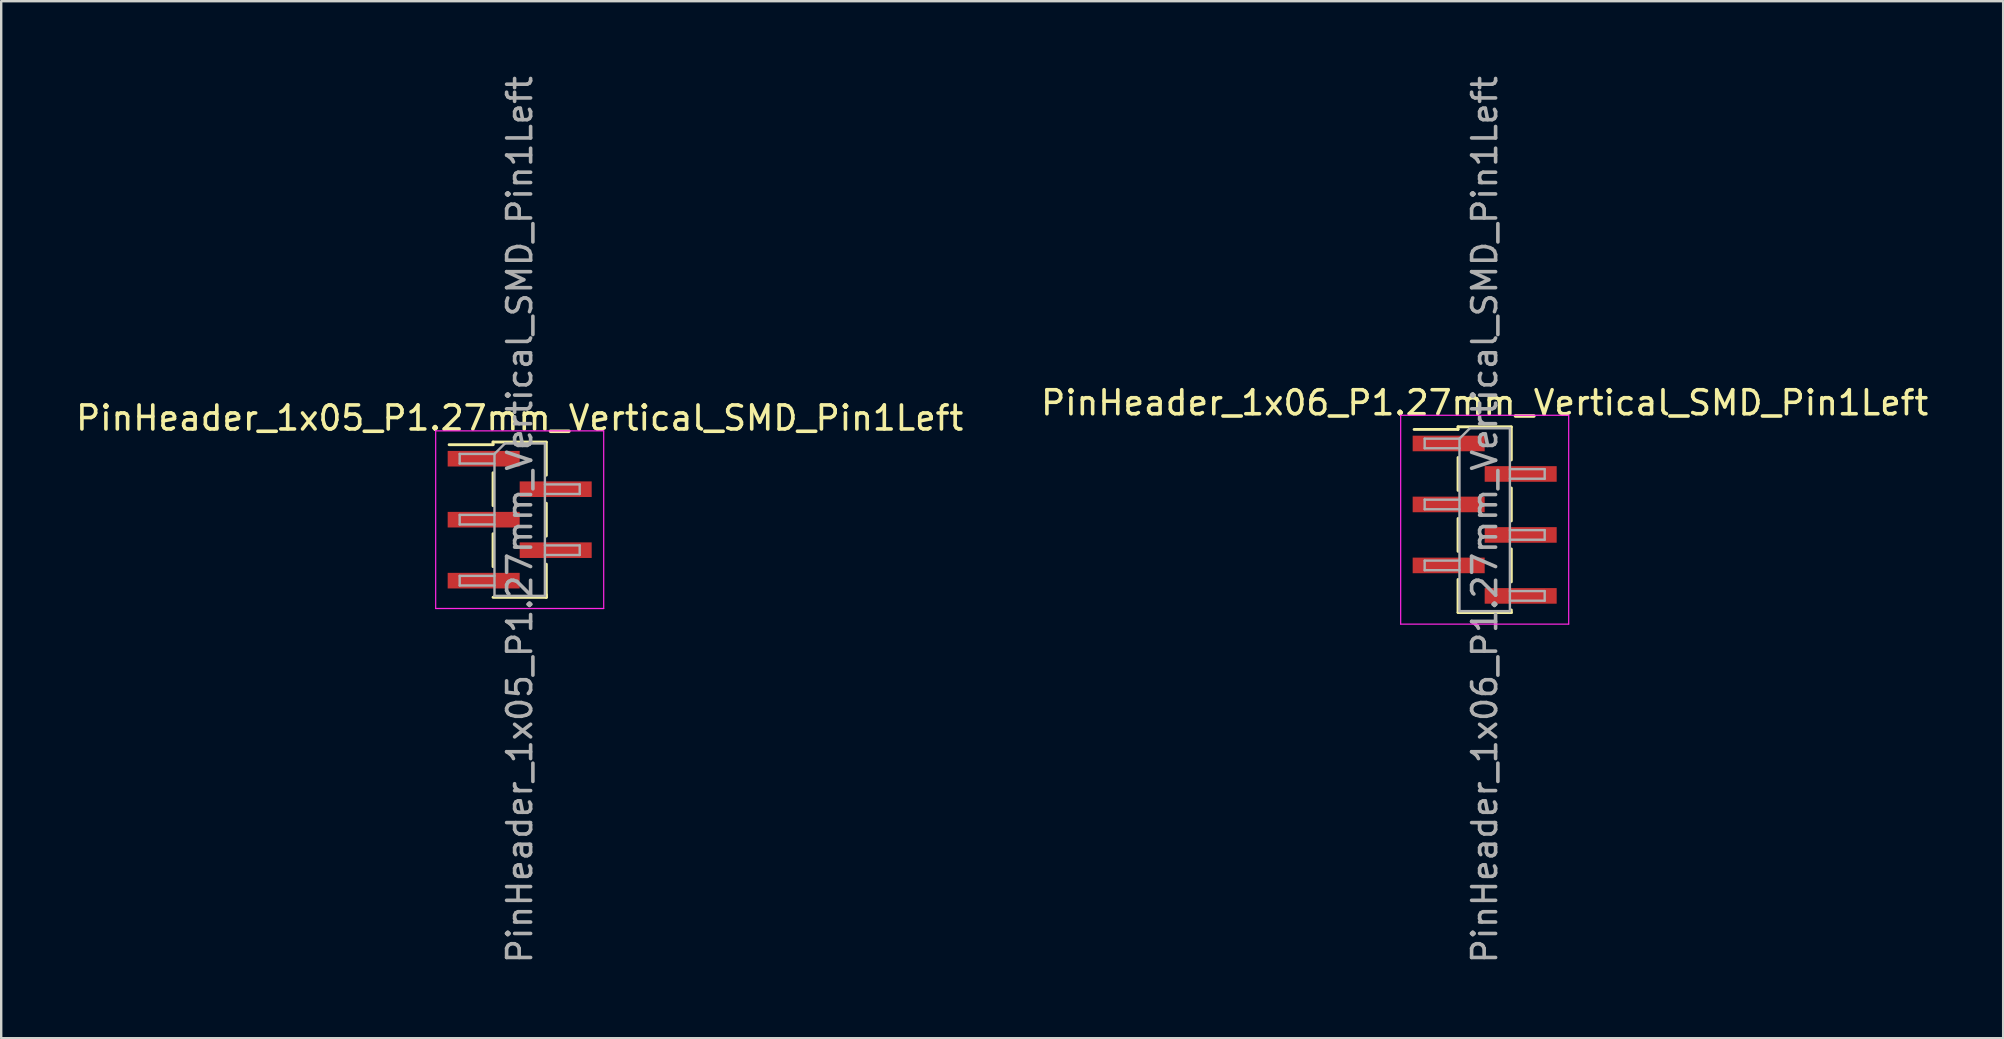
<source format=kicad_pcb>
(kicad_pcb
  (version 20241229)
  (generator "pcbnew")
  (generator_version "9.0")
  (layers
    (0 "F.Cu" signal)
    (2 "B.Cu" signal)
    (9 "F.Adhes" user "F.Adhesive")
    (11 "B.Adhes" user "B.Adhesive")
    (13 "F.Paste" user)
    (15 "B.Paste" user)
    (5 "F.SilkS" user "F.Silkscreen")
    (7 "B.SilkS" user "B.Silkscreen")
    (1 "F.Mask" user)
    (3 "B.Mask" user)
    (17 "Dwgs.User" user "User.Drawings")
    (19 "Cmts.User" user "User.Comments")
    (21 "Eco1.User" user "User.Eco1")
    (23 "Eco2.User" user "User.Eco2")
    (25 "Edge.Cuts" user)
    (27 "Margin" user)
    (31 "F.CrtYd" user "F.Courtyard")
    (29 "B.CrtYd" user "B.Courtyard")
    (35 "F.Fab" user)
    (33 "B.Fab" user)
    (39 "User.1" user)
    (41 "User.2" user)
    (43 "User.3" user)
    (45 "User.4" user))
  (footprint "PinHeader_1x05_P1.27mm_Vertical_SMD_Pin1Left"
    (layer "F.Cu")
    (at 18.601 18.601)
    (property "Reference" "PinHeader_1x05_P1.27mm_Vertical_SMD_Pin1Left" (at 0 -4.235 0) (layer "F.SilkS") (effects (font (size 1 1) (thickness 0.15))))
    (attr smd)
    (fp_line (start -1.11 -3.235) (end -1.11 -3.125) (stroke (width 0.12) (type solid)) (layer "F.SilkS"))
    (fp_line (start -1.11 -3.235) (end 1.11 -3.235) (stroke (width 0.12) (type solid)) (layer "F.SilkS"))
    (fp_line (start -1.11 -3.125) (end -2.94 -3.125) (stroke (width 0.12) (type solid)) (layer "F.SilkS"))
    (fp_line (start -1.11 -1.955) (end -1.11 -0.585) (stroke (width 0.12) (type solid)) (layer "F.SilkS"))
    (fp_line (start -1.11 0.585) (end -1.11 1.955) (stroke (width 0.12) (type solid)) (layer "F.SilkS"))
    (fp_line (start -1.11 3.235) (end 1.11 3.235) (stroke (width 0.12) (type solid)) (layer "F.SilkS"))
    (fp_line (start 1.11 -3.225) (end 1.11 -1.855) (stroke (width 0.12) (type solid)) (layer "F.SilkS"))
    (fp_line (start 1.11 -0.685) (end 1.11 0.685) (stroke (width 0.12) (type solid)) (layer "F.SilkS"))
    (fp_line (start 1.11 1.855) (end 1.11 3.225) (stroke (width 0.12) (type solid)) (layer "F.SilkS"))
    (fp_line (start 1.11 3.125) (end 1.11 3.235) (stroke (width 0.12) (type solid)) (layer "F.SilkS"))
    (fp_line (start -3.5 -3.7) (end -3.5 3.7) (stroke (width 0.05) (type solid)) (layer "F.CrtYd"))
    (fp_line (start -3.5 3.7) (end 3.5 3.7) (stroke (width 0.05) (type solid)) (layer "F.CrtYd"))
    (fp_line (start 3.5 -3.7) (end -3.5 -3.7) (stroke (width 0.05) (type solid)) (layer "F.CrtYd"))
    (fp_line (start 3.5 3.7) (end 3.5 -3.7) (stroke (width 0.05) (type solid)) (layer "F.CrtYd"))
    (fp_line (start -2.5 -2.74) (end -2.5 -2.34) (stroke (width 0.1) (type solid)) (layer "F.Fab"))
    (fp_line (start -2.5 -2.34) (end -1.05 -2.34) (stroke (width 0.1) (type solid)) (layer "F.Fab"))
    (fp_line (start -2.5 -0.2) (end -2.5 0.2) (stroke (width 0.1) (type solid)) (layer "F.Fab"))
    (fp_line (start -2.5 0.2) (end -1.05 0.2) (stroke (width 0.1) (type solid)) (layer "F.Fab"))
    (fp_line (start -2.5 2.34) (end -2.5 2.74) (stroke (width 0.1) (type solid)) (layer "F.Fab"))
    (fp_line (start -2.5 2.74) (end -1.05 2.74) (stroke (width 0.1) (type solid)) (layer "F.Fab"))
    (fp_line (start -1.05 -2.74) (end -2.5 -2.74) (stroke (width 0.1) (type solid)) (layer "F.Fab"))
    (fp_line (start -1.05 -2.74) (end -0.615 -3.175) (stroke (width 0.1) (type solid)) (layer "F.Fab"))
    (fp_line (start -1.05 -0.2) (end -2.5 -0.2) (stroke (width 0.1) (type solid)) (layer "F.Fab"))
    (fp_line (start -1.05 2.34) (end -2.5 2.34) (stroke (width 0.1) (type solid)) (layer "F.Fab"))
    (fp_line (start -1.05 3.175) (end -1.05 -2.74) (stroke (width 0.1) (type solid)) (layer "F.Fab"))
    (fp_line (start -0.615 -3.175) (end 1.05 -3.175) (stroke (width 0.1) (type solid)) (layer "F.Fab"))
    (fp_line (start 1.05 -3.175) (end 1.05 3.175) (stroke (width 0.1) (type solid)) (layer "F.Fab"))
    (fp_line (start 1.05 -1.47) (end 2.5 -1.47) (stroke (width 0.1) (type solid)) (layer "F.Fab"))
    (fp_line (start 1.05 1.07) (end 2.5 1.07) (stroke (width 0.1) (type solid)) (layer "F.Fab"))
    (fp_line (start 1.05 3.175) (end -1.05 3.175) (stroke (width 0.1) (type solid)) (layer "F.Fab"))
    (fp_line (start 2.5 -1.47) (end 2.5 -1.07) (stroke (width 0.1) (type solid)) (layer "F.Fab"))
    (fp_line (start 2.5 -1.07) (end 1.05 -1.07) (stroke (width 0.1) (type solid)) (layer "F.Fab"))
    (fp_line (start 2.5 1.07) (end 2.5 1.47) (stroke (width 0.1) (type solid)) (layer "F.Fab"))
    (fp_line (start 2.5 1.47) (end 1.05 1.47) (stroke (width 0.1) (type solid)) (layer "F.Fab"))
    (fp_text user "${REFERENCE}" (at 0 0 90) (layer "F.Fab") (effects (font (size 1 1) (thickness 0.15))))
    (pad "1" smd rect (at -1.5 -2.54) (size 3 0.65) (layers "F.Cu" "F.Mask" "F.Paste"))
    (pad "2" smd rect (at 1.5 -1.27) (size 3 0.65) (layers "F.Cu" "F.Mask" "F.Paste"))
    (pad "3" smd rect (at -1.5 0) (size 3 0.65) (layers "F.Cu" "F.Mask" "F.Paste"))
    (pad "4" smd rect (at 1.5 1.27) (size 3 0.65) (layers "F.Cu" "F.Mask" "F.Paste"))
    (pad "5" smd rect (at -1.5 2.54) (size 3 0.65) (layers "F.Cu" "F.Mask" "F.Paste")))
  (footprint "PinHeader_1x06_P1.27mm_Vertical_SMD_Pin1Left"
    (layer "F.Cu")
    (at 58.804 18.601)
    (property "Reference" "PinHeader_1x06_P1.27mm_Vertical_SMD_Pin1Left" (at 0 -4.87 0) (layer "F.SilkS") (effects (font (size 1 1) (thickness 0.15))))
    (attr smd)
    (fp_line (start -1.11 -3.87) (end -1.11 -3.76) (stroke (width 0.12) (type solid)) (layer "F.SilkS"))
    (fp_line (start -1.11 -3.87) (end 1.11 -3.87) (stroke (width 0.12) (type solid)) (layer "F.SilkS"))
    (fp_line (start -1.11 -3.76) (end -2.94 -3.76) (stroke (width 0.12) (type solid)) (layer "F.SilkS"))
    (fp_line (start -1.11 -2.59) (end -1.11 -1.22) (stroke (width 0.12) (type solid)) (layer "F.SilkS"))
    (fp_line (start -1.11 -0.05) (end -1.11 1.32) (stroke (width 0.12) (type solid)) (layer "F.SilkS"))
    (fp_line (start -1.11 2.49) (end -1.11 3.86) (stroke (width 0.12) (type solid)) (layer "F.SilkS"))
    (fp_line (start -1.11 3.87) (end 1.11 3.87) (stroke (width 0.12) (type solid)) (layer "F.SilkS"))
    (fp_line (start 1.11 -3.86) (end 1.11 -2.49) (stroke (width 0.12) (type solid)) (layer "F.SilkS"))
    (fp_line (start 1.11 -1.32) (end 1.11 0.05) (stroke (width 0.12) (type solid)) (layer "F.SilkS"))
    (fp_line (start 1.11 1.22) (end 1.11 2.59) (stroke (width 0.12) (type solid)) (layer "F.SilkS"))
    (fp_line (start 1.11 3.76) (end 1.11 3.87) (stroke (width 0.12) (type solid)) (layer "F.SilkS"))
    (fp_line (start -3.5 -4.35) (end -3.5 4.35) (stroke (width 0.05) (type solid)) (layer "F.CrtYd"))
    (fp_line (start -3.5 4.35) (end 3.5 4.35) (stroke (width 0.05) (type solid)) (layer "F.CrtYd"))
    (fp_line (start 3.5 -4.35) (end -3.5 -4.35) (stroke (width 0.05) (type solid)) (layer "F.CrtYd"))
    (fp_line (start 3.5 4.35) (end 3.5 -4.35) (stroke (width 0.05) (type solid)) (layer "F.CrtYd"))
    (fp_line (start -2.5 -3.375) (end -2.5 -2.975) (stroke (width 0.1) (type solid)) (layer "F.Fab"))
    (fp_line (start -2.5 -2.975) (end -1.05 -2.975) (stroke (width 0.1) (type solid)) (layer "F.Fab"))
    (fp_line (start -2.5 -0.835) (end -2.5 -0.435) (stroke (width 0.1) (type solid)) (layer "F.Fab"))
    (fp_line (start -2.5 -0.435) (end -1.05 -0.435) (stroke (width 0.1) (type solid)) (layer "F.Fab"))
    (fp_line (start -2.5 1.705) (end -2.5 2.105) (stroke (width 0.1) (type solid)) (layer "F.Fab"))
    (fp_line (start -2.5 2.105) (end -1.05 2.105) (stroke (width 0.1) (type solid)) (layer "F.Fab"))
    (fp_line (start -1.05 -3.375) (end -2.5 -3.375) (stroke (width 0.1) (type solid)) (layer "F.Fab"))
    (fp_line (start -1.05 -3.375) (end -0.615 -3.81) (stroke (width 0.1) (type solid)) (layer "F.Fab"))
    (fp_line (start -1.05 -0.835) (end -2.5 -0.835) (stroke (width 0.1) (type solid)) (layer "F.Fab"))
    (fp_line (start -1.05 1.705) (end -2.5 1.705) (stroke (width 0.1) (type solid)) (layer "F.Fab"))
    (fp_line (start -1.05 3.81) (end -1.05 -3.375) (stroke (width 0.1) (type solid)) (layer "F.Fab"))
    (fp_line (start -0.615 -3.81) (end 1.05 -3.81) (stroke (width 0.1) (type solid)) (layer "F.Fab"))
    (fp_line (start 1.05 -3.81) (end 1.05 3.81) (stroke (width 0.1) (type solid)) (layer "F.Fab"))
    (fp_line (start 1.05 -2.105) (end 2.5 -2.105) (stroke (width 0.1) (type solid)) (layer "F.Fab"))
    (fp_line (start 1.05 0.435) (end 2.5 0.435) (stroke (width 0.1) (type solid)) (layer "F.Fab"))
    (fp_line (start 1.05 2.975) (end 2.5 2.975) (stroke (width 0.1) (type solid)) (layer "F.Fab"))
    (fp_line (start 1.05 3.81) (end -1.05 3.81) (stroke (width 0.1) (type solid)) (layer "F.Fab"))
    (fp_line (start 2.5 -2.105) (end 2.5 -1.705) (stroke (width 0.1) (type solid)) (layer "F.Fab"))
    (fp_line (start 2.5 -1.705) (end 1.05 -1.705) (stroke (width 0.1) (type solid)) (layer "F.Fab"))
    (fp_line (start 2.5 0.435) (end 2.5 0.835) (stroke (width 0.1) (type solid)) (layer "F.Fab"))
    (fp_line (start 2.5 0.835) (end 1.05 0.835) (stroke (width 0.1) (type solid)) (layer "F.Fab"))
    (fp_line (start 2.5 2.975) (end 2.5 3.375) (stroke (width 0.1) (type solid)) (layer "F.Fab"))
    (fp_line (start 2.5 3.375) (end 1.05 3.375) (stroke (width 0.1) (type solid)) (layer "F.Fab"))
    (fp_text user "${REFERENCE}" (at 0 0 90) (layer "F.Fab") (effects (font (size 1 1) (thickness 0.15))))
    (pad "1" smd rect (at -1.5 -3.175) (size 3 0.65) (layers "F.Cu" "F.Mask" "F.Paste"))
    (pad "2" smd rect (at 1.5 -1.905) (size 3 0.65) (layers "F.Cu" "F.Mask" "F.Paste"))
    (pad "3" smd rect (at -1.5 -0.635) (size 3 0.65) (layers "F.Cu" "F.Mask" "F.Paste"))
    (pad "4" smd rect (at 1.5 0.635) (size 3 0.65) (layers "F.Cu" "F.Mask" "F.Paste"))
    (pad "5" smd rect (at -1.5 1.905) (size 3 0.65) (layers "F.Cu" "F.Mask" "F.Paste"))
    (pad "6" smd rect (at 1.5 3.175) (size 3 0.65) (layers "F.Cu" "F.Mask" "F.Paste")))
  (gr_rect
    (start -3 -3)
    (end 80.405 40.202)
    (stroke (width 0.1) (type default))
    (fill no)
    (layer "Edge.Cuts")))
</source>
